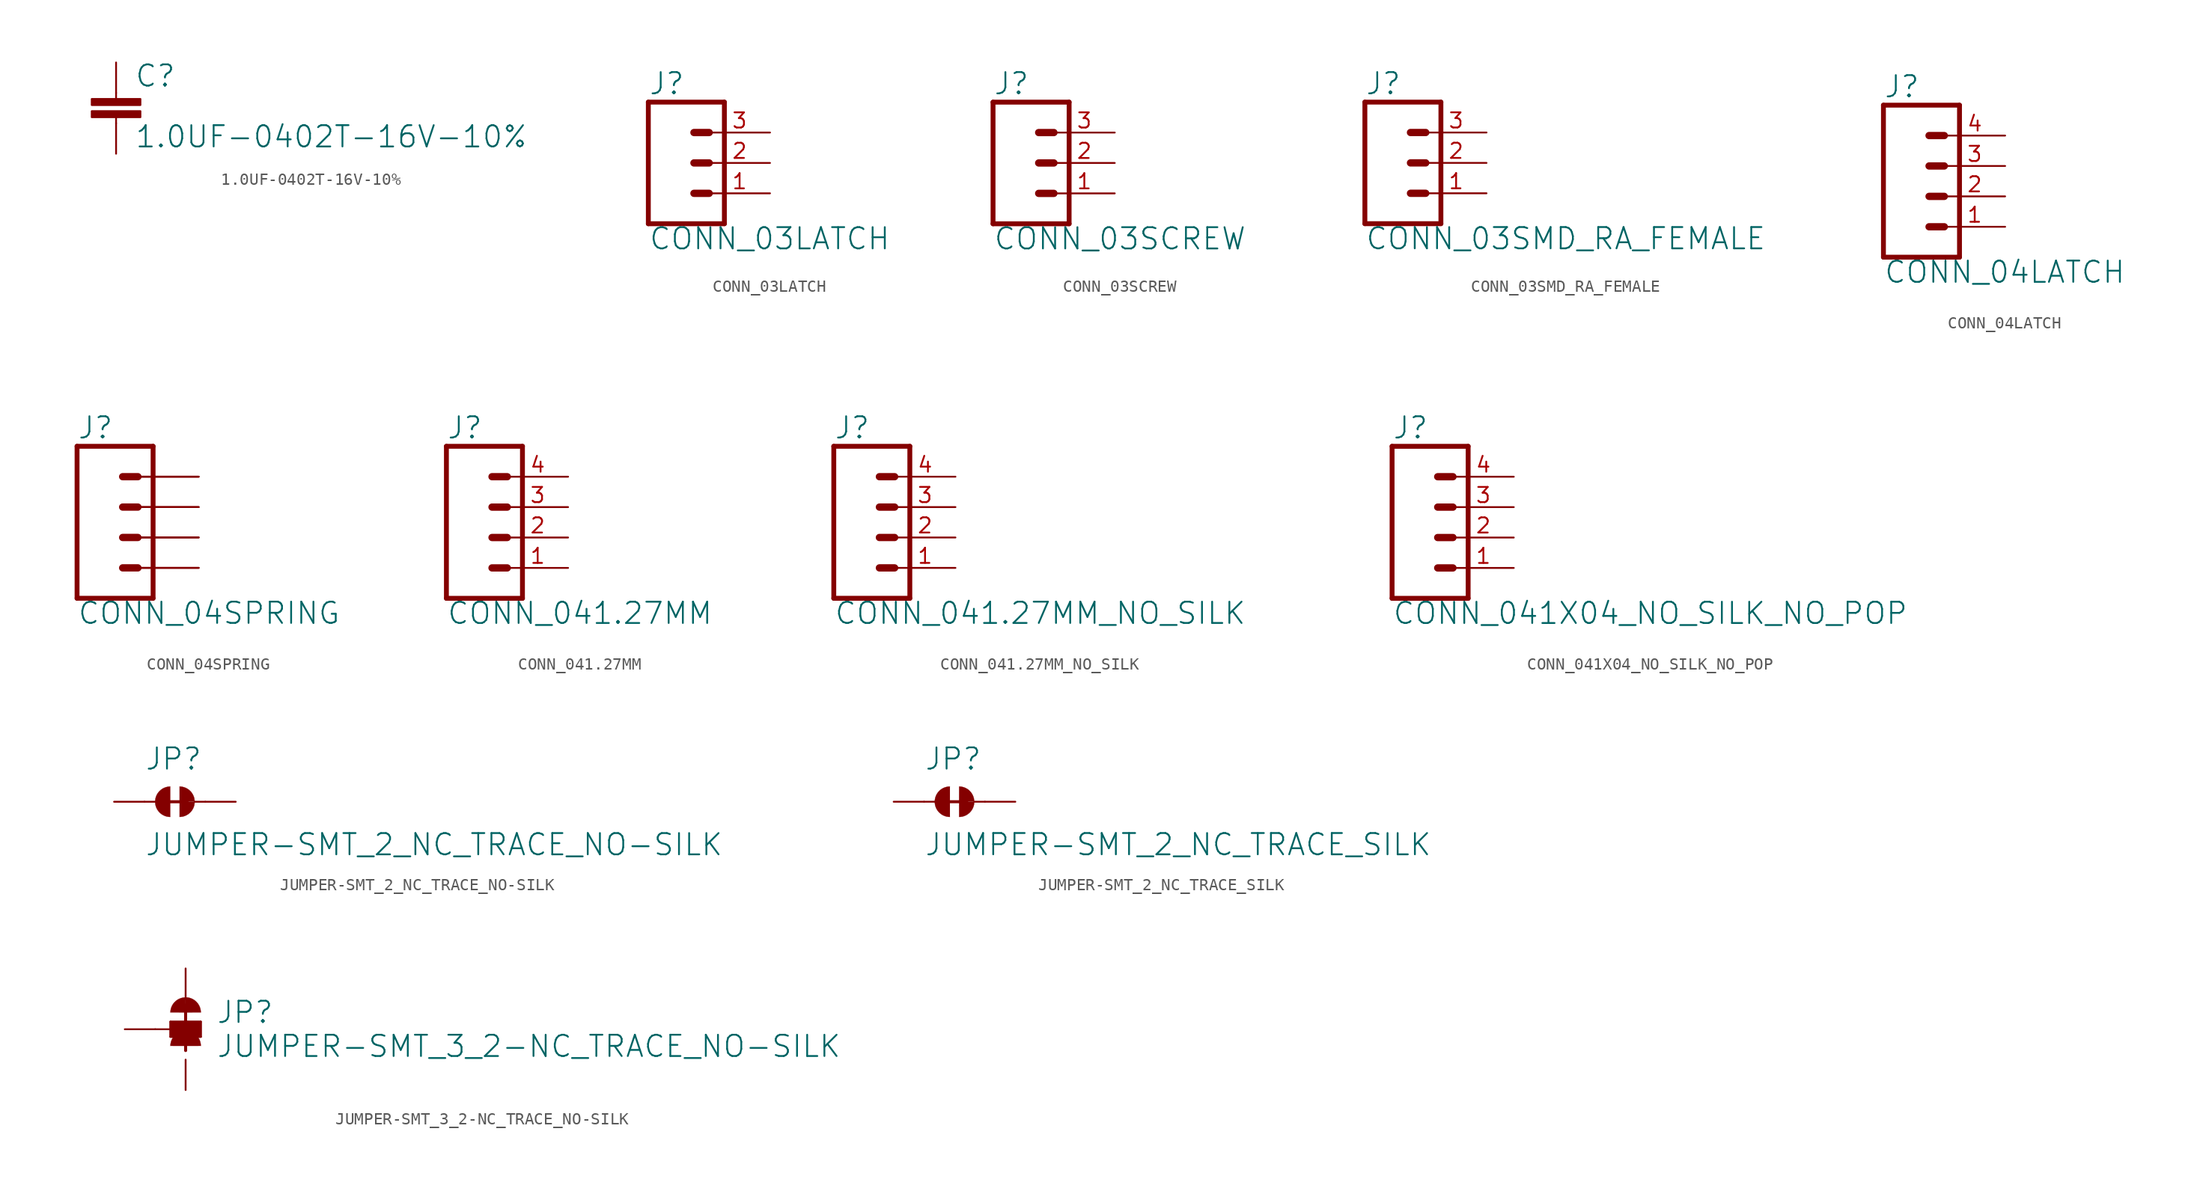
<source format=kicad_sym>
(kicad_symbol_lib
  (version 20211014)
  (generator kicad_symbol_editor)
  (symbol "1.0UF-0402T-16V-10%"
    (property "Reference" "C"
      (at 1.524 2.921 0)
      (effects (font (size 1.778 1.778)) (justify left bottom)))
    (property "Value" "1.0UF-0402T-16V-10%"
      (at 1.524 -2.159 0)
      (effects (font (size 1.778 1.778)) (justify left bottom)))
    (property "ki_locked" ""
      (at 0 0 0)
      (effects (font (size 1.27 1.27))))
    (symbol "1.0UF-0402T-16V-10%_1_0"
      (rectangle (start -2.032 0.508) (end 2.032 1.016) (stroke (width 0) (type default) (color 0 0 0 0)) (fill (type outline)))
      (rectangle (start -2.032 1.524) (end 2.032 2.032) (stroke (width 0) (type default) (color 0 0 0 0)) (fill (type outline)))
      (polyline (pts (xy 0 0) (xy 0 0.508)) (stroke (width 0.152) (type default) (color 0 0 0 0)) (fill (type none)))
      (polyline (pts (xy 0 2.54) (xy 0 2.032)) (stroke (width 0.152) (type default) (color 0 0 0 0)) (fill (type none)))
      (pin passive line (at 0 5.08 270) (length 2.54) (name "1" (effects (font (size 0 0)))) (number "1" (effects (font (size 0 0)))))
      (pin passive line (at 0 -2.54 90) (length 2.54) (name "2" (effects (font (size 0 0)))) (number "2" (effects (font (size 0 0)))))))
  (symbol "CONN_03LATCH"
    (property "Reference" "J"
      (at -2.54 5.588 0)
      (effects (font (size 1.778 1.778)) (justify left bottom)))
    (property "Value" "CONN_03LATCH"
      (at -2.54 -7.366 0)
      (effects (font (size 1.778 1.778)) (justify left bottom)))
    (property "ki_locked" ""
      (at 0 0 0)
      (effects (font (size 1.27 1.27))))
    (symbol "CONN_03LATCH_1_0"
      (polyline (pts (xy -2.54 5.08) (xy -2.54 -5.08)) (stroke (width 0.406) (type default) (color 0 0 0 0)) (fill (type none)))
      (polyline (pts (xy -2.54 5.08) (xy 3.81 5.08)) (stroke (width 0.406) (type default) (color 0 0 0 0)) (fill (type none)))
      (polyline (pts (xy 1.27 -2.54) (xy 2.54 -2.54)) (stroke (width 0.61) (type default) (color 0 0 0 0)) (fill (type none)))
      (polyline (pts (xy 1.27 0) (xy 2.54 0)) (stroke (width 0.61) (type default) (color 0 0 0 0)) (fill (type none)))
      (polyline (pts (xy 1.27 2.54) (xy 2.54 2.54)) (stroke (width 0.61) (type default) (color 0 0 0 0)) (fill (type none)))
      (polyline (pts (xy 3.81 -5.08) (xy -2.54 -5.08)) (stroke (width 0.406) (type default) (color 0 0 0 0)) (fill (type none)))
      (polyline (pts (xy 3.81 -5.08) (xy 3.81 5.08)) (stroke (width 0.406) (type default) (color 0 0 0 0)) (fill (type none)))
      (pin passive line (at 7.62 -2.54 180) (length 5.08) (name "1" (effects (font (size 0 0)))) (number "1" (effects (font (size 1.27 1.27)))))
      (pin passive line (at 7.62 0 180) (length 5.08) (name "2" (effects (font (size 0 0)))) (number "2" (effects (font (size 1.27 1.27)))))
      (pin passive line (at 7.62 2.54 180) (length 5.08) (name "3" (effects (font (size 0 0)))) (number "3" (effects (font (size 1.27 1.27)))))))
  (symbol "CONN_03SCREW"
    (property "Reference" "J"
      (at -2.54 5.588 0)
      (effects (font (size 1.778 1.778)) (justify left bottom)))
    (property "Value" "CONN_03SCREW"
      (at -2.54 -7.366 0)
      (effects (font (size 1.778 1.778)) (justify left bottom)))
    (property "ki_locked" ""
      (at 0 0 0)
      (effects (font (size 1.27 1.27))))
    (symbol "CONN_03SCREW_1_0"
      (polyline (pts (xy -2.54 5.08) (xy -2.54 -5.08)) (stroke (width 0.406) (type default) (color 0 0 0 0)) (fill (type none)))
      (polyline (pts (xy -2.54 5.08) (xy 3.81 5.08)) (stroke (width 0.406) (type default) (color 0 0 0 0)) (fill (type none)))
      (polyline (pts (xy 1.27 -2.54) (xy 2.54 -2.54)) (stroke (width 0.61) (type default) (color 0 0 0 0)) (fill (type none)))
      (polyline (pts (xy 1.27 0) (xy 2.54 0)) (stroke (width 0.61) (type default) (color 0 0 0 0)) (fill (type none)))
      (polyline (pts (xy 1.27 2.54) (xy 2.54 2.54)) (stroke (width 0.61) (type default) (color 0 0 0 0)) (fill (type none)))
      (polyline (pts (xy 3.81 -5.08) (xy -2.54 -5.08)) (stroke (width 0.406) (type default) (color 0 0 0 0)) (fill (type none)))
      (polyline (pts (xy 3.81 -5.08) (xy 3.81 5.08)) (stroke (width 0.406) (type default) (color 0 0 0 0)) (fill (type none)))
      (pin passive line (at 7.62 -2.54 180) (length 5.08) (name "1" (effects (font (size 0 0)))) (number "1" (effects (font (size 1.27 1.27)))))
      (pin passive line (at 7.62 0 180) (length 5.08) (name "2" (effects (font (size 0 0)))) (number "2" (effects (font (size 1.27 1.27)))))
      (pin passive line (at 7.62 2.54 180) (length 5.08) (name "3" (effects (font (size 0 0)))) (number "3" (effects (font (size 1.27 1.27)))))))
  (symbol "CONN_03SMD_RA_FEMALE"
    (property "Reference" "J"
      (at -2.54 5.588 0)
      (effects (font (size 1.778 1.778)) (justify left bottom)))
    (property "Value" "CONN_03SMD_RA_FEMALE"
      (at -2.54 -7.366 0)
      (effects (font (size 1.778 1.778)) (justify left bottom)))
    (property "ki_locked" ""
      (at 0 0 0)
      (effects (font (size 1.27 1.27))))
    (symbol "CONN_03SMD_RA_FEMALE_1_0"
      (polyline (pts (xy -2.54 5.08) (xy -2.54 -5.08)) (stroke (width 0.406) (type default) (color 0 0 0 0)) (fill (type none)))
      (polyline (pts (xy -2.54 5.08) (xy 3.81 5.08)) (stroke (width 0.406) (type default) (color 0 0 0 0)) (fill (type none)))
      (polyline (pts (xy 1.27 -2.54) (xy 2.54 -2.54)) (stroke (width 0.61) (type default) (color 0 0 0 0)) (fill (type none)))
      (polyline (pts (xy 1.27 0) (xy 2.54 0)) (stroke (width 0.61) (type default) (color 0 0 0 0)) (fill (type none)))
      (polyline (pts (xy 1.27 2.54) (xy 2.54 2.54)) (stroke (width 0.61) (type default) (color 0 0 0 0)) (fill (type none)))
      (polyline (pts (xy 3.81 -5.08) (xy -2.54 -5.08)) (stroke (width 0.406) (type default) (color 0 0 0 0)) (fill (type none)))
      (polyline (pts (xy 3.81 -5.08) (xy 3.81 5.08)) (stroke (width 0.406) (type default) (color 0 0 0 0)) (fill (type none)))
      (pin passive line (at 7.62 -2.54 180) (length 5.08) (name "1" (effects (font (size 0 0)))) (number "1" (effects (font (size 1.27 1.27)))))
      (pin passive line (at 7.62 0 180) (length 5.08) (name "2" (effects (font (size 0 0)))) (number "2" (effects (font (size 1.27 1.27)))))
      (pin passive line (at 7.62 2.54 180) (length 5.08) (name "3" (effects (font (size 0 0)))) (number "3" (effects (font (size 1.27 1.27)))))))
  (symbol "CONN_04LATCH"
    (property "Reference" "J"
      (at -5.08 8.128 0)
      (effects (font (size 1.778 1.778)) (justify left bottom)))
    (property "Value" "CONN_04LATCH"
      (at -5.08 -7.366 0)
      (effects (font (size 1.778 1.778)) (justify left bottom)))
    (property "ki_locked" ""
      (at 0 0 0)
      (effects (font (size 1.27 1.27))))
    (symbol "CONN_04LATCH_1_0"
      (polyline (pts (xy -5.08 7.62) (xy -5.08 -5.08)) (stroke (width 0.406) (type default) (color 0 0 0 0)) (fill (type none)))
      (polyline (pts (xy -5.08 7.62) (xy 1.27 7.62)) (stroke (width 0.406) (type default) (color 0 0 0 0)) (fill (type none)))
      (polyline (pts (xy -1.27 -2.54) (xy 0 -2.54)) (stroke (width 0.61) (type default) (color 0 0 0 0)) (fill (type none)))
      (polyline (pts (xy -1.27 0) (xy 0 0)) (stroke (width 0.61) (type default) (color 0 0 0 0)) (fill (type none)))
      (polyline (pts (xy -1.27 2.54) (xy 0 2.54)) (stroke (width 0.61) (type default) (color 0 0 0 0)) (fill (type none)))
      (polyline (pts (xy -1.27 5.08) (xy 0 5.08)) (stroke (width 0.61) (type default) (color 0 0 0 0)) (fill (type none)))
      (polyline (pts (xy 1.27 -5.08) (xy -5.08 -5.08)) (stroke (width 0.406) (type default) (color 0 0 0 0)) (fill (type none)))
      (polyline (pts (xy 1.27 -5.08) (xy 1.27 7.62)) (stroke (width 0.406) (type default) (color 0 0 0 0)) (fill (type none)))
      (pin passive line (at 5.08 -2.54 180) (length 5.08) (name "1" (effects (font (size 0 0)))) (number "1" (effects (font (size 1.27 1.27)))))
      (pin passive line (at 5.08 0 180) (length 5.08) (name "2" (effects (font (size 0 0)))) (number "2" (effects (font (size 1.27 1.27)))))
      (pin passive line (at 5.08 2.54 180) (length 5.08) (name "3" (effects (font (size 0 0)))) (number "3" (effects (font (size 1.27 1.27)))))
      (pin passive line (at 5.08 5.08 180) (length 5.08) (name "4" (effects (font (size 0 0)))) (number "4" (effects (font (size 1.27 1.27)))))))
  (symbol "CONN_04SPRING"
    (property "Reference" "J"
      (at -5.08 8.128 0)
      (effects (font (size 1.778 1.778)) (justify left bottom)))
    (property "Value" "CONN_04SPRING"
      (at -5.08 -7.366 0)
      (effects (font (size 1.778 1.778)) (justify left bottom)))
    (property "ki_locked" ""
      (at 0 0 0)
      (effects (font (size 1.27 1.27))))
    (symbol "CONN_04SPRING_1_0"
      (polyline (pts (xy -5.08 7.62) (xy -5.08 -5.08)) (stroke (width 0.406) (type default) (color 0 0 0 0)) (fill (type none)))
      (polyline (pts (xy -5.08 7.62) (xy 1.27 7.62)) (stroke (width 0.406) (type default) (color 0 0 0 0)) (fill (type none)))
      (polyline (pts (xy -1.27 -2.54) (xy 0 -2.54)) (stroke (width 0.61) (type default) (color 0 0 0 0)) (fill (type none)))
      (polyline (pts (xy -1.27 0) (xy 0 0)) (stroke (width 0.61) (type default) (color 0 0 0 0)) (fill (type none)))
      (polyline (pts (xy -1.27 2.54) (xy 0 2.54)) (stroke (width 0.61) (type default) (color 0 0 0 0)) (fill (type none)))
      (polyline (pts (xy -1.27 5.08) (xy 0 5.08)) (stroke (width 0.61) (type default) (color 0 0 0 0)) (fill (type none)))
      (polyline (pts (xy 1.27 -5.08) (xy -5.08 -5.08)) (stroke (width 0.406) (type default) (color 0 0 0 0)) (fill (type none)))
      (polyline (pts (xy 1.27 -5.08) (xy 1.27 7.62)) (stroke (width 0.406) (type default) (color 0 0 0 0)) (fill (type none)))
      (pin passive line (at 5.08 -2.54 180) (length 5.08) (name "1" (effects (font (size 0 0)))) (number "1" (effects (font (size 0 0)))))
      (pin passive line (at 5.08 0 180) (length 5.08) (name "2" (effects (font (size 0 0)))) (number "2" (effects (font (size 0 0)))))
      (pin passive line (at 5.08 2.54 180) (length 5.08) (name "3" (effects (font (size 0 0)))) (number "3" (effects (font (size 0 0)))))
      (pin passive line (at 5.08 5.08 180) (length 5.08) (name "4" (effects (font (size 0 0)))) (number "4" (effects (font (size 0 0)))))
      (pin passive line (at 5.08 -2.54 180) (length 5.08) (name "1" (effects (font (size 0 0)))) (number "5" (effects (font (size 0 0)))))
      (pin passive line (at 5.08 0 180) (length 5.08) (name "2" (effects (font (size 0 0)))) (number "6" (effects (font (size 0 0)))))
      (pin passive line (at 5.08 2.54 180) (length 5.08) (name "3" (effects (font (size 0 0)))) (number "7" (effects (font (size 0 0)))))
      (pin passive line (at 5.08 5.08 180) (length 5.08) (name "4" (effects (font (size 0 0)))) (number "8" (effects (font (size 0 0)))))))
  (symbol "CONN_041.27MM"
    (property "Reference" "J"
      (at -5.08 8.128 0)
      (effects (font (size 1.778 1.778)) (justify left bottom)))
    (property "Value" "CONN_041.27MM"
      (at -5.08 -7.366 0)
      (effects (font (size 1.778 1.778)) (justify left bottom)))
    (property "ki_locked" ""
      (at 0 0 0)
      (effects (font (size 1.27 1.27))))
    (symbol "CONN_041.27MM_1_0"
      (polyline (pts (xy -5.08 7.62) (xy -5.08 -5.08)) (stroke (width 0.406) (type default) (color 0 0 0 0)) (fill (type none)))
      (polyline (pts (xy -5.08 7.62) (xy 1.27 7.62)) (stroke (width 0.406) (type default) (color 0 0 0 0)) (fill (type none)))
      (polyline (pts (xy -1.27 -2.54) (xy 0 -2.54)) (stroke (width 0.61) (type default) (color 0 0 0 0)) (fill (type none)))
      (polyline (pts (xy -1.27 0) (xy 0 0)) (stroke (width 0.61) (type default) (color 0 0 0 0)) (fill (type none)))
      (polyline (pts (xy -1.27 2.54) (xy 0 2.54)) (stroke (width 0.61) (type default) (color 0 0 0 0)) (fill (type none)))
      (polyline (pts (xy -1.27 5.08) (xy 0 5.08)) (stroke (width 0.61) (type default) (color 0 0 0 0)) (fill (type none)))
      (polyline (pts (xy 1.27 -5.08) (xy -5.08 -5.08)) (stroke (width 0.406) (type default) (color 0 0 0 0)) (fill (type none)))
      (polyline (pts (xy 1.27 -5.08) (xy 1.27 7.62)) (stroke (width 0.406) (type default) (color 0 0 0 0)) (fill (type none)))
      (pin passive line (at 5.08 -2.54 180) (length 5.08) (name "1" (effects (font (size 0 0)))) (number "1" (effects (font (size 1.27 1.27)))))
      (pin passive line (at 5.08 0 180) (length 5.08) (name "2" (effects (font (size 0 0)))) (number "2" (effects (font (size 1.27 1.27)))))
      (pin passive line (at 5.08 2.54 180) (length 5.08) (name "3" (effects (font (size 0 0)))) (number "3" (effects (font (size 1.27 1.27)))))
      (pin passive line (at 5.08 5.08 180) (length 5.08) (name "4" (effects (font (size 0 0)))) (number "4" (effects (font (size 1.27 1.27)))))))
  (symbol "CONN_041.27MM_NO_SILK"
    (property "Reference" "J"
      (at -5.08 8.128 0)
      (effects (font (size 1.778 1.778)) (justify left bottom)))
    (property "Value" "CONN_041.27MM_NO_SILK"
      (at -5.08 -7.366 0)
      (effects (font (size 1.778 1.778)) (justify left bottom)))
    (property "ki_locked" ""
      (at 0 0 0)
      (effects (font (size 1.27 1.27))))
    (symbol "CONN_041.27MM_NO_SILK_1_0"
      (polyline (pts (xy -5.08 7.62) (xy -5.08 -5.08)) (stroke (width 0.406) (type default) (color 0 0 0 0)) (fill (type none)))
      (polyline (pts (xy -5.08 7.62) (xy 1.27 7.62)) (stroke (width 0.406) (type default) (color 0 0 0 0)) (fill (type none)))
      (polyline (pts (xy -1.27 -2.54) (xy 0 -2.54)) (stroke (width 0.61) (type default) (color 0 0 0 0)) (fill (type none)))
      (polyline (pts (xy -1.27 0) (xy 0 0)) (stroke (width 0.61) (type default) (color 0 0 0 0)) (fill (type none)))
      (polyline (pts (xy -1.27 2.54) (xy 0 2.54)) (stroke (width 0.61) (type default) (color 0 0 0 0)) (fill (type none)))
      (polyline (pts (xy -1.27 5.08) (xy 0 5.08)) (stroke (width 0.61) (type default) (color 0 0 0 0)) (fill (type none)))
      (polyline (pts (xy 1.27 -5.08) (xy -5.08 -5.08)) (stroke (width 0.406) (type default) (color 0 0 0 0)) (fill (type none)))
      (polyline (pts (xy 1.27 -5.08) (xy 1.27 7.62)) (stroke (width 0.406) (type default) (color 0 0 0 0)) (fill (type none)))
      (pin passive line (at 5.08 -2.54 180) (length 5.08) (name "1" (effects (font (size 0 0)))) (number "1" (effects (font (size 1.27 1.27)))))
      (pin passive line (at 5.08 0 180) (length 5.08) (name "2" (effects (font (size 0 0)))) (number "2" (effects (font (size 1.27 1.27)))))
      (pin passive line (at 5.08 2.54 180) (length 5.08) (name "3" (effects (font (size 0 0)))) (number "3" (effects (font (size 1.27 1.27)))))
      (pin passive line (at 5.08 5.08 180) (length 5.08) (name "4" (effects (font (size 0 0)))) (number "4" (effects (font (size 1.27 1.27)))))))
  (symbol "CONN_041X04_NO_SILK_NO_POP"
    (property "Reference" "J"
      (at -5.08 8.128 0)
      (effects (font (size 1.778 1.778)) (justify left bottom)))
    (property "Value" "CONN_041X04_NO_SILK_NO_POP"
      (at -5.08 -7.366 0)
      (effects (font (size 1.778 1.778)) (justify left bottom)))
    (property "ki_locked" ""
      (at 0 0 0)
      (effects (font (size 1.27 1.27))))
    (symbol "CONN_041X04_NO_SILK_NO_POP_1_0"
      (polyline (pts (xy -5.08 7.62) (xy -5.08 -5.08)) (stroke (width 0.406) (type default) (color 0 0 0 0)) (fill (type none)))
      (polyline (pts (xy -5.08 7.62) (xy 1.27 7.62)) (stroke (width 0.406) (type default) (color 0 0 0 0)) (fill (type none)))
      (polyline (pts (xy -1.27 -2.54) (xy 0 -2.54)) (stroke (width 0.61) (type default) (color 0 0 0 0)) (fill (type none)))
      (polyline (pts (xy -1.27 0) (xy 0 0)) (stroke (width 0.61) (type default) (color 0 0 0 0)) (fill (type none)))
      (polyline (pts (xy -1.27 2.54) (xy 0 2.54)) (stroke (width 0.61) (type default) (color 0 0 0 0)) (fill (type none)))
      (polyline (pts (xy -1.27 5.08) (xy 0 5.08)) (stroke (width 0.61) (type default) (color 0 0 0 0)) (fill (type none)))
      (polyline (pts (xy 1.27 -5.08) (xy -5.08 -5.08)) (stroke (width 0.406) (type default) (color 0 0 0 0)) (fill (type none)))
      (polyline (pts (xy 1.27 -5.08) (xy 1.27 7.62)) (stroke (width 0.406) (type default) (color 0 0 0 0)) (fill (type none)))
      (pin passive line (at 5.08 -2.54 180) (length 5.08) (name "1" (effects (font (size 0 0)))) (number "1" (effects (font (size 1.27 1.27)))))
      (pin passive line (at 5.08 0 180) (length 5.08) (name "2" (effects (font (size 0 0)))) (number "2" (effects (font (size 1.27 1.27)))))
      (pin passive line (at 5.08 2.54 180) (length 5.08) (name "3" (effects (font (size 0 0)))) (number "3" (effects (font (size 1.27 1.27)))))
      (pin passive line (at 5.08 5.08 180) (length 5.08) (name "4" (effects (font (size 0 0)))) (number "4" (effects (font (size 1.27 1.27)))))))
  (symbol "JUMPER-SMT_2_NC_TRACE_NO-SILK"
    (property "Reference" "JP"
      (at -2.54 2.54 0)
      (effects (font (size 1.778 1.778)) (justify left bottom)))
    (property "Value" "JUMPER-SMT_2_NC_TRACE_NO-SILK"
      (at -2.54 -2.54 0)
      (effects (font (size 1.778 1.778)) (justify left top)))
    (property "ki_locked" ""
      (at 0 0 0)
      (effects (font (size 1.27 1.27))))
    (symbol "JUMPER-SMT_2_NC_TRACE_NO-SILK_1_0"
      (arc (start -0.381 1.2699) (mid -1.6508 0) (end -0.381 -1.2699) (stroke (width 0.0001) (type default) (color 0 0 0 0)) (fill (type outline)))
      (polyline (pts (xy -2.54 0) (xy -1.651 0)) (stroke (width 0.152) (type default) (color 0 0 0 0)) (fill (type none)))
      (polyline (pts (xy -0.762 0) (xy 1.016 0)) (stroke (width 0.254) (type default) (color 0 0 0 0)) (fill (type none)))
      (polyline (pts (xy 2.54 0) (xy 1.651 0)) (stroke (width 0.152) (type default) (color 0 0 0 0)) (fill (type none)))
      (arc (start 0.381 -1.2698) (mid 1.279 -0.898) (end 1.6509 0) (stroke (width 0.0001) (type default) (color 0 0 0 0)) (fill (type outline)))
      (arc (start 1.651 0) (mid 1.2789 0.8979) (end 0.381 1.2699) (stroke (width 0.0001) (type default) (color 0 0 0 0)) (fill (type outline)))
      (pin passive line (at -5.08 0 0) (length 2.54) (name "1" (effects (font (size 0 0)))) (number "1" (effects (font (size 0 0)))))
      (pin passive line (at 5.08 0 180) (length 2.54) (name "2" (effects (font (size 0 0)))) (number "2" (effects (font (size 0 0)))))))
  (symbol "JUMPER-SMT_2_NC_TRACE_SILK"
    (property "Reference" "JP"
      (at -2.54 2.54 0)
      (effects (font (size 1.778 1.778)) (justify left bottom)))
    (property "Value" "JUMPER-SMT_2_NC_TRACE_SILK"
      (at -2.54 -2.54 0)
      (effects (font (size 1.778 1.778)) (justify left top)))
    (property "ki_locked" ""
      (at 0 0 0)
      (effects (font (size 1.27 1.27))))
    (symbol "JUMPER-SMT_2_NC_TRACE_SILK_1_0"
      (arc (start -0.381 1.2699) (mid -1.6508 0) (end -0.381 -1.2699) (stroke (width 0.0001) (type default) (color 0 0 0 0)) (fill (type outline)))
      (polyline (pts (xy -2.54 0) (xy -1.651 0)) (stroke (width 0.152) (type default) (color 0 0 0 0)) (fill (type none)))
      (polyline (pts (xy -0.762 0) (xy 1.016 0)) (stroke (width 0.254) (type default) (color 0 0 0 0)) (fill (type none)))
      (polyline (pts (xy 2.54 0) (xy 1.651 0)) (stroke (width 0.152) (type default) (color 0 0 0 0)) (fill (type none)))
      (arc (start 0.381 -1.2698) (mid 1.279 -0.898) (end 1.6509 0) (stroke (width 0.0001) (type default) (color 0 0 0 0)) (fill (type outline)))
      (arc (start 1.651 0) (mid 1.2789 0.8979) (end 0.381 1.2699) (stroke (width 0.0001) (type default) (color 0 0 0 0)) (fill (type outline)))
      (pin passive line (at -5.08 0 0) (length 2.54) (name "1" (effects (font (size 0 0)))) (number "1" (effects (font (size 0 0)))))
      (pin passive line (at 5.08 0 180) (length 2.54) (name "2" (effects (font (size 0 0)))) (number "2" (effects (font (size 0 0)))))))
  (symbol "JUMPER-SMT_3_2-NC_TRACE_NO-SILK"
    (property "Reference" "JP"
      (at 2.54 0.381 0)
      (effects (font (size 1.778 1.778)) (justify left bottom)))
    (property "Value" "JUMPER-SMT_3_2-NC_TRACE_NO-SILK"
      (at 2.54 -0.381 0)
      (effects (font (size 1.778 1.778)) (justify left top)))
    (property "ki_locked" ""
      (at 0 0 0)
      (effects (font (size 1.27 1.27))))
    (symbol "JUMPER-SMT_3_2-NC_TRACE_NO-SILK_1_0"
      (rectangle (start -1.27 -0.635) (end 1.27 0.635) (stroke (width 0) (type default) (color 0 0 0 0)) (fill (type outline)))
      (polyline (pts (xy -2.54 0) (xy -1.27 0)) (stroke (width 0.152) (type default) (color 0 0 0 0)) (fill (type none)))
      (polyline (pts (xy -1.27 -0.635) (xy -1.27 0)) (stroke (width 0.152) (type default) (color 0 0 0 0)) (fill (type none)))
      (polyline (pts (xy -1.27 0) (xy -1.27 0.635)) (stroke (width 0.152) (type default) (color 0 0 0 0)) (fill (type none)))
      (polyline (pts (xy -1.27 0.635) (xy 1.27 0.635)) (stroke (width 0.152) (type default) (color 0 0 0 0)) (fill (type none)))
      (polyline (pts (xy 0 2.032) (xy 0 -1.778)) (stroke (width 0.254) (type default) (color 0 0 0 0)) (fill (type none)))
      (polyline (pts (xy 1.27 -0.635) (xy -1.27 -0.635)) (stroke (width 0.152) (type default) (color 0 0 0 0)) (fill (type none)))
      (polyline (pts (xy 1.27 0.635) (xy 1.27 -0.635)) (stroke (width 0.152) (type default) (color 0 0 0 0)) (fill (type none)))
      (arc (start 0 2.667) (mid -0.898 2.295) (end -1.27 1.397) (stroke (width 0.0001) (type default) (color 0 0 0 0)) (fill (type outline)))
      (arc (start 1.27 -1.397) (mid 0 -0.127) (end -1.27 -1.397) (stroke (width 0.0001) (type default) (color 0 0 0 0)) (fill (type outline)))
      (arc (start 1.27 1.397) (mid 0.898 2.295) (end 0 2.667) (stroke (width 0.0001) (type default) (color 0 0 0 0)) (fill (type outline)))
      (pin passive line (at 0 5.08 270) (length 2.54) (name "1" (effects (font (size 0 0)))) (number "1" (effects (font (size 0 0)))))
      (pin passive line (at -5.08 0 0) (length 2.54) (name "2" (effects (font (size 0 0)))) (number "2" (effects (font (size 0 0)))))
      (pin passive line (at 0 -5.08 90) (length 2.54) (name "3" (effects (font (size 0 0)))) (number "3" (effects (font (size 0 0))))))))
</source>
